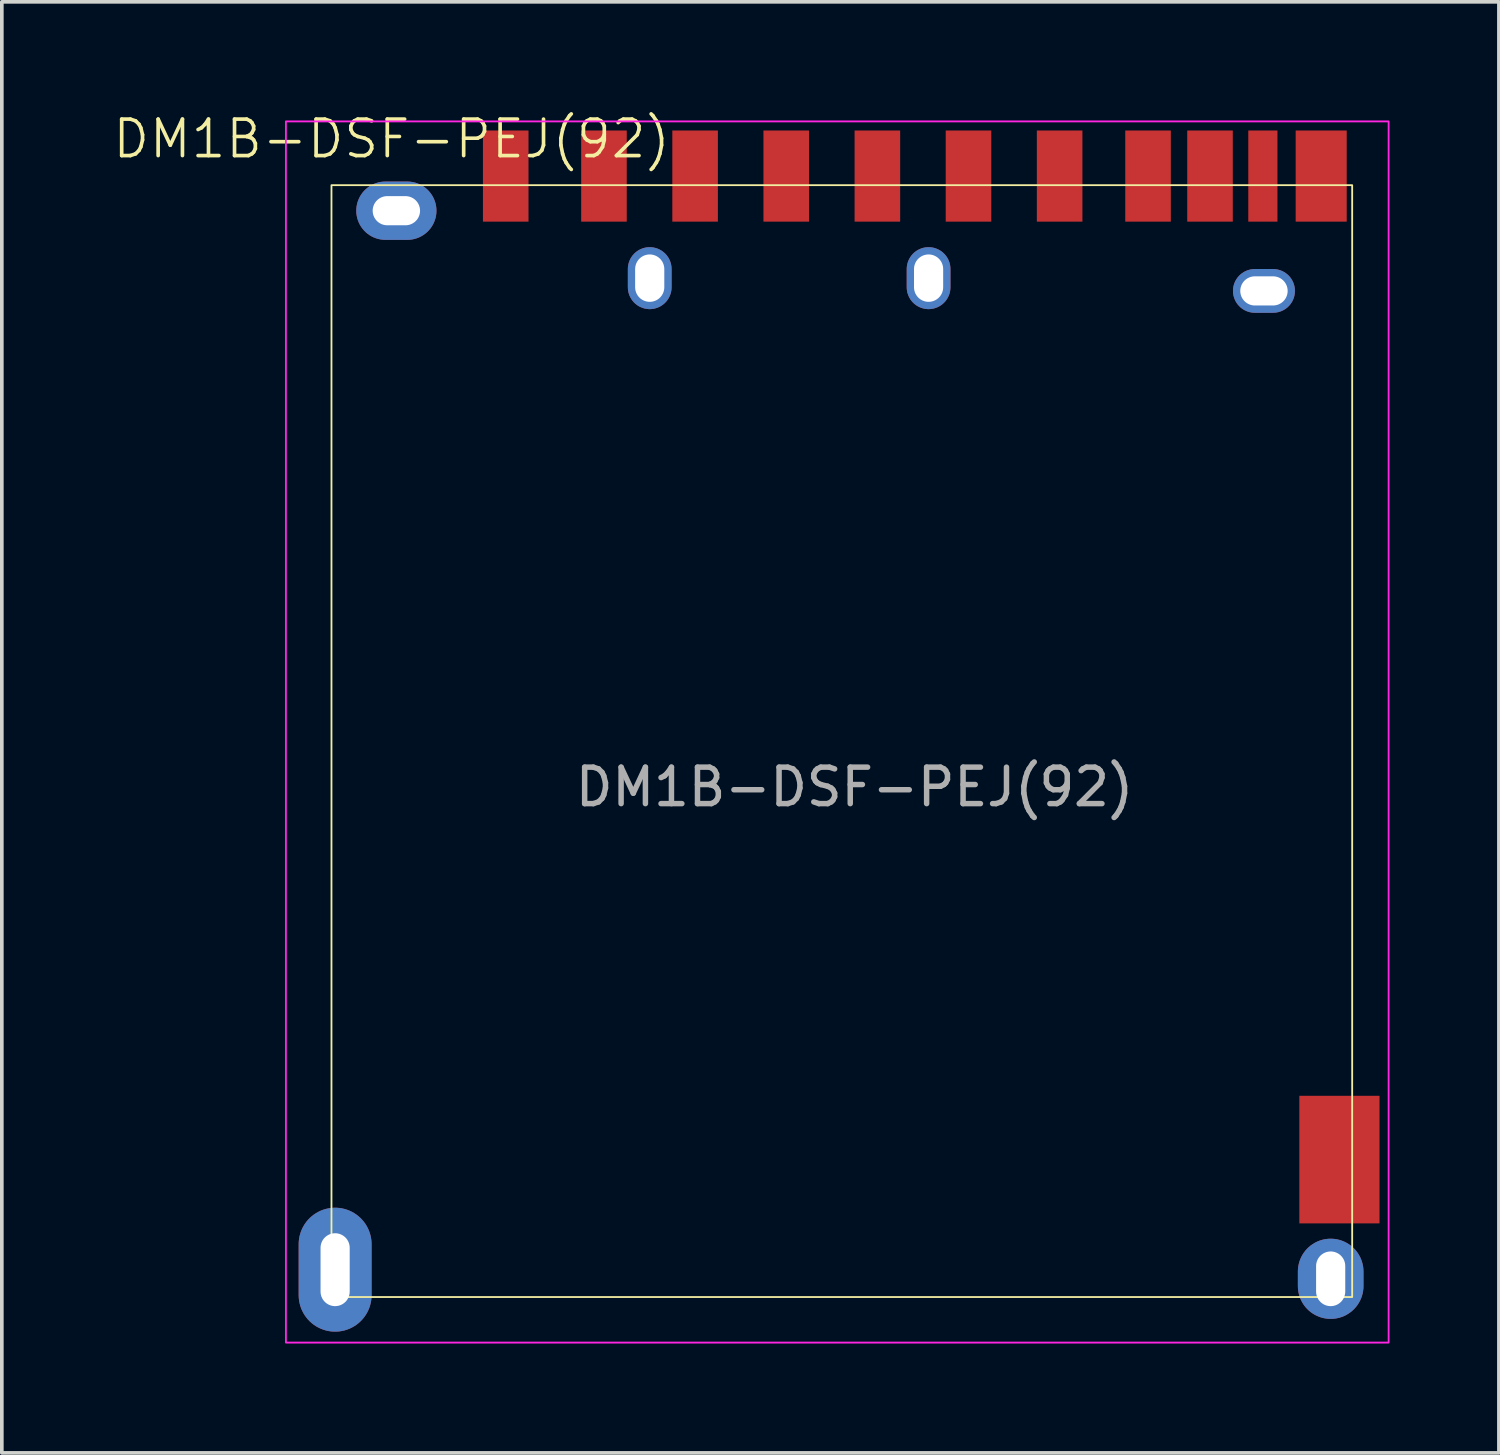
<source format=kicad_pcb>
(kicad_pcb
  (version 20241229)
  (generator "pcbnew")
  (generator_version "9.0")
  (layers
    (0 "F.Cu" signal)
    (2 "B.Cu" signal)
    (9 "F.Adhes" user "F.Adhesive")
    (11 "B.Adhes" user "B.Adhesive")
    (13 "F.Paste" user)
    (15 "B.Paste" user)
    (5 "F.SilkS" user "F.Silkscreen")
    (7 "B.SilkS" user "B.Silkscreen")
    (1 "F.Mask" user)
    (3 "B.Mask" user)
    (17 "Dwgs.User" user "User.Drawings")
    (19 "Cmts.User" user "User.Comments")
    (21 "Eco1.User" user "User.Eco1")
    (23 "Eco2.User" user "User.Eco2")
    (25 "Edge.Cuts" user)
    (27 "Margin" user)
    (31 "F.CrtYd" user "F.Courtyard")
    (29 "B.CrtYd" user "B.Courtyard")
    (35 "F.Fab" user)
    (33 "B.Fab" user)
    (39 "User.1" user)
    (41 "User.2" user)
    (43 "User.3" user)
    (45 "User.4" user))
  (footprint "DM1B-DSF-PEJ(92)"
    (layer "F.Cu")
    (at 20.393 3.53)
    (property "Reference" "DM1B-DSF-PEJ(92)" (at -12.7 -2.77 0) (unlocked yes) (layer "F.SilkS") (effects (font (size 1 1) (thickness 0.1))))
    (attr through_hole)
    (fp_rect (start -14.35 -1.5) (end 13.65 29) (stroke (width 0.05) (type default)) (fill no) (layer "F.SilkS"))
    (fp_rect (start -15.6 -3.25) (end 14.65 30.25) (stroke (width 0.05) (type default)) (fill no) (layer "F.CrtYd"))
    (fp_text user "${REFERENCE}" (at 0 15.01 0) (unlocked yes) (layer "F.Fab") (effects (font (size 1 1) (thickness 0.15))))
    (pad "1" smd rect (at -6.875 -1.75) (size 1.25 2.5) (layers "F.Cu" "F.Mask" "F.Paste"))
    (pad "2" smd rect (at -4.375 -1.75) (size 1.25 2.5) (layers "F.Cu" "F.Mask" "F.Paste"))
    (pad "3" smd rect (at -1.875 -1.75) (size 1.25 2.5) (layers "F.Cu" "F.Mask" "F.Paste"))
    (pad "4" smd rect (at 0.625 -1.75) (size 1.25 2.5) (layers "F.Cu" "F.Mask" "F.Paste"))
    (pad "5" smd rect (at 3.125 -1.75) (size 1.25 2.5) (layers "F.Cu" "F.Mask" "F.Paste"))
    (pad "6" smd rect (at 5.625 -1.75) (size 1.25 2.5) (layers "F.Cu" "F.Mask" "F.Paste"))
    (pad "7" smd rect (at 8.05 -1.75) (size 1.25 2.5) (layers "F.Cu" "F.Mask" "F.Paste"))
    (pad "8" smd rect (at 9.75 -1.75) (size 1.25 2.5) (layers "F.Cu" "F.Mask" "F.Paste"))
    (pad "9" smd rect (at -9.57 -1.75) (size 1.25 2.5) (layers "F.Cu" "F.Mask" "F.Paste"))
    (pad "10" smd rect (at 12.8 -1.75) (size 1.4 2.5) (layers "F.Cu" "F.Mask" "F.Paste"))
    (pad "11" smd rect (at 11.2 -1.75) (size 0.8 2.5) (layers "F.Cu" "F.Mask" "F.Paste"))
    (pad "12" smd rect (at 13.3 25.23) (size 2.2 3.5) (layers "F.Cu" "F.Mask" "F.Paste"))
    (pad "13" thru_hole oval (at -12.57 -0.8 90) (size 1.6 2.2) (drill oval 0.8 1.3) (layers "*.Cu" "*.Mask"))
    (pad "14" thru_hole oval (at -5.62 1.05) (size 1.2 1.7) (drill oval 0.8 1.3) (layers "*.Cu" "*.Mask"))
    (pad "15" thru_hole oval (at 2.03 1.05) (size 1.2 1.7) (drill oval 0.8 1.3) (layers "*.Cu" "*.Mask"))
    (pad "16" thru_hole oval (at 11.23 1.4 90) (size 1.2 1.7) (drill oval 0.8 1.3) (layers "*.Cu" "*.Mask"))
    (pad "17" thru_hole oval (at -14.25 28.25) (size 2 3.4) (drill oval 0.8 2) (layers "*.Cu" "*.Mask"))
    (pad "18" thru_hole oval (at 13.06 28.5) (size 1.8 2.2) (drill oval 0.8 1.5) (layers "*.Cu" "*.Mask")))
  (gr_rect
    (start -3 -3)
    (end 38.068 36.806)
    (stroke (width 0.1) (type default))
    (fill no)
    (layer "Edge.Cuts")))
</source>
